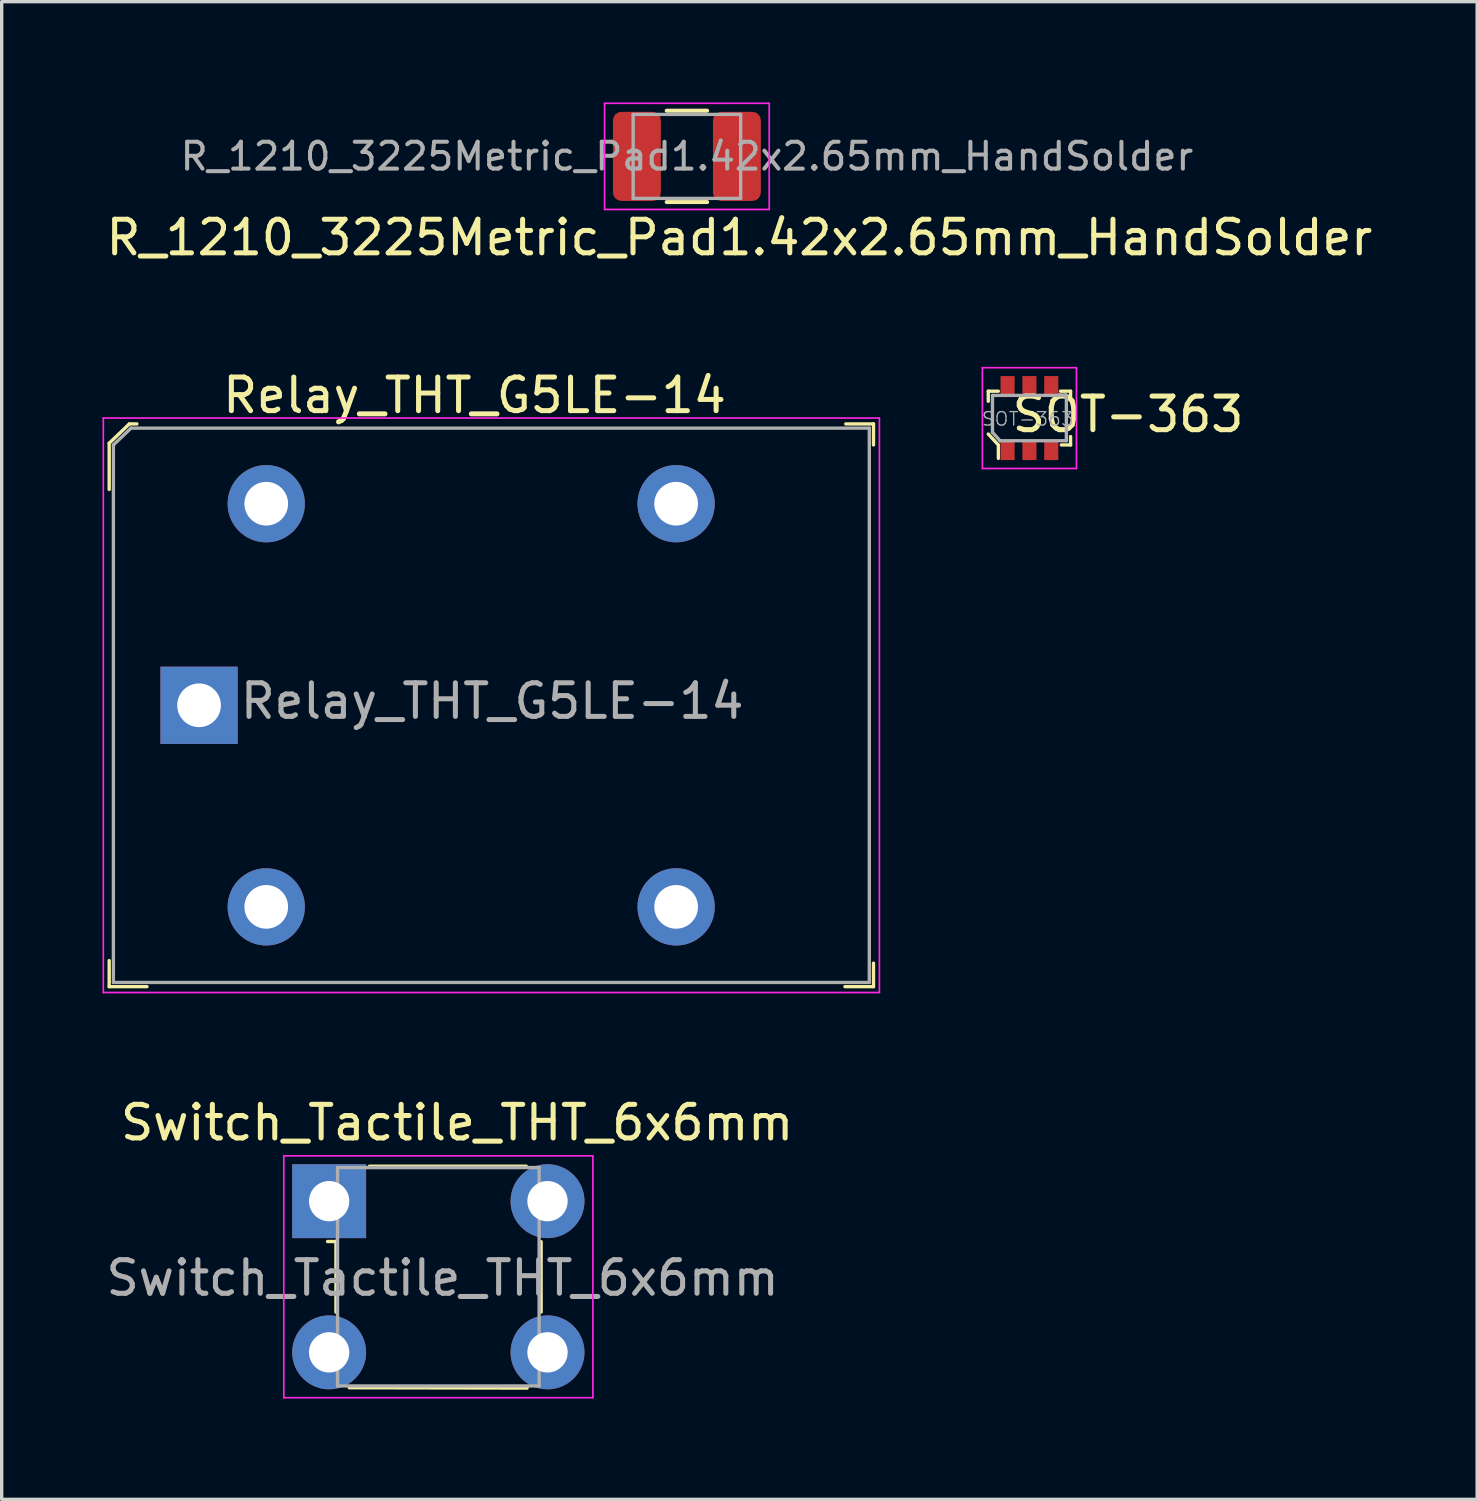
<source format=kicad_pcb>
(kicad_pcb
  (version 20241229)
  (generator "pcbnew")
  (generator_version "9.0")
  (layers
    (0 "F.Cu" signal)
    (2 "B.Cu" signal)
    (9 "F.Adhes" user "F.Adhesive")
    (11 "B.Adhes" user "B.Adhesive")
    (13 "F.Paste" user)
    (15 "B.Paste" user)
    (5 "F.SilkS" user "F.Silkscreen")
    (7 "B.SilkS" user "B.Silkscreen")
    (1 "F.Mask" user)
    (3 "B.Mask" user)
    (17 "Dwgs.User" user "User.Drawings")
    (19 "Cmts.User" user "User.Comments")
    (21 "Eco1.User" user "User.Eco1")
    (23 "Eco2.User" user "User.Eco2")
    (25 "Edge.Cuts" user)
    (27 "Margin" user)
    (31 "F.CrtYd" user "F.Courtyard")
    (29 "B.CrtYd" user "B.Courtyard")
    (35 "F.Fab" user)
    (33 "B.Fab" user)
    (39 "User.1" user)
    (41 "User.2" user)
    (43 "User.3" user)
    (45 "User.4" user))
  (footprint "Switch_Tactile_THT_6x6mm"
    (layer "F.Cu")
    (at 6.747 32.703)
    (property "Reference" "Switch_Tactile_THT_6x6mm" (at 3.81 -2.337 0) (layer "F.SilkS") (effects (font (size 1 1) (thickness 0.15))))
    (attr through_hole)
    (fp_line (start 0.203 1.194) (end 0.203 3.302) (stroke (width 0.1) (type solid)) (layer "F.SilkS"))
    (fp_line (start 0.203 1.2) (end -0.047 1.2) (stroke (width 0.1) (type solid)) (layer "F.SilkS"))
    (fp_line (start 1.2 -1.041) (end 5.867 -1.041) (stroke (width 0.1) (type solid)) (layer "F.SilkS"))
    (fp_line (start 5.893 5.563) (end 0.6 5.553) (stroke (width 0.1) (type solid)) (layer "F.SilkS"))
    (fp_line (start 6.309 1.205) (end 6.309 3.3) (stroke (width 0.1) (type solid)) (layer "F.SilkS"))
    (fp_line (start -1.35 -1.35) (end -1.35 5.85) (stroke (width 0.05) (type solid)) (layer "F.CrtYd"))
    (fp_line (start 7.85 -1.35) (end -1.35 -1.35) (stroke (width 0.05) (type solid)) (layer "F.CrtYd"))
    (fp_line (start 7.85 -1.35) (end 7.85 5.85) (stroke (width 0.05) (type solid)) (layer "F.CrtYd"))
    (fp_line (start 7.85 5.85) (end -1.35 5.85) (stroke (width 0.05) (type solid)) (layer "F.CrtYd"))
    (fp_line (start 0.25 -1) (end 0.25 5.5) (stroke (width 0.1) (type solid)) (layer "F.Fab"))
    (fp_line (start 0.25 -1) (end 6.25 -1) (stroke (width 0.1) (type solid)) (layer "F.Fab"))
    (fp_line (start 6.25 -1) (end 6.25 5.5) (stroke (width 0.1) (type solid)) (layer "F.Fab"))
    (fp_line (start 6.25 5.5) (end 0.25 5.5) (stroke (width 0.1) (type solid)) (layer "F.Fab"))
    (fp_text user "${REFERENCE}" (at 3.378 2.286 0) (layer "F.Fab") (effects (font (size 1 1) (thickness 0.15))))
    (pad "1" thru_hole rect (at 0 0) (size 2.2 2.2) (drill 1.2) (layers "*.Cu" "*.Mask"))
    (pad "2" thru_hole circle (at 6.5 0) (size 2.2 2.2) (drill 1.2) (layers "*.Cu" "*.Mask"))
    (pad "3" thru_hole circle (at 0 4.5) (size 2.2 2.2) (drill 1.2) (layers "*.Cu" "*.Mask"))
    (pad "4" thru_hole circle (at 6.5 4.5) (size 2.2 2.2) (drill 1.2) (layers "*.Cu" "*.Mask")))
  (footprint "R_1210_3225Metric_Pad1.42x2.65mm_HandSolder"
    (layer "F.Cu")
    (at 17.396 1.605)
    (property "Reference" "R_1210_3225Metric_Pad1.42x2.65mm_HandSolder" (at 1.562 2.416 0) (layer "F.SilkS") (effects (font (size 1 1) (thickness 0.15))))
    (attr smd)
    (fp_line (start -0.602 -1.36) (end 0.602 -1.36) (stroke (width 0.12) (type solid)) (layer "F.SilkS"))
    (fp_line (start -0.602 1.36) (end 0.602 1.36) (stroke (width 0.12) (type solid)) (layer "F.SilkS"))
    (fp_line (start -2.45 -1.58) (end 2.45 -1.58) (stroke (width 0.05) (type solid)) (layer "F.CrtYd"))
    (fp_line (start -2.45 1.58) (end -2.45 -1.58) (stroke (width 0.05) (type solid)) (layer "F.CrtYd"))
    (fp_line (start 2.45 -1.58) (end 2.45 1.58) (stroke (width 0.05) (type solid)) (layer "F.CrtYd"))
    (fp_line (start 2.45 1.58) (end -2.45 1.58) (stroke (width 0.05) (type solid)) (layer "F.CrtYd"))
    (fp_line (start -1.6 -1.25) (end 1.6 -1.25) (stroke (width 0.1) (type solid)) (layer "F.Fab"))
    (fp_line (start -1.6 1.25) (end -1.6 -1.25) (stroke (width 0.1) (type solid)) (layer "F.Fab"))
    (fp_line (start 1.6 -1.25) (end 1.6 1.25) (stroke (width 0.1) (type solid)) (layer "F.Fab"))
    (fp_line (start 1.6 1.25) (end -1.6 1.25) (stroke (width 0.1) (type solid)) (layer "F.Fab"))
    (fp_text user "${REFERENCE}" (at 0 0 0) (layer "F.Fab") (effects (font (size 0.8 0.8) (thickness 0.12))))
    (pad "1" smd roundrect (at -1.488 0) (size 1.425 2.65) (layers "F.Cu" "F.Mask" "F.Paste") (roundrect_rratio 0.175))
    (pad "2" smd roundrect (at 1.488 0) (size 1.425 2.65) (layers "F.Cu" "F.Mask" "F.Paste") (roundrect_rratio 0.175)))
  (footprint "Relay_THT_G5LE-14"
    (layer "F.Cu")
    (at 2.875 17.943)
    (property "Reference" "Relay_THT_G5LE-14" (at 8.2 -9.225 0) (layer "F.SilkS") (effects (font (size 1 1) (thickness 0.15))))
    (attr through_hole)
    (fp_line (start -2.675 -7.8) (end -2.675 -6.425) (stroke (width 0.1) (type solid)) (layer "F.SilkS"))
    (fp_line (start -2.675 8.375) (end -2.675 7.6) (stroke (width 0.1) (type solid)) (layer "F.SilkS"))
    (fp_line (start -2.075 -8.375) (end -2.675 -7.8) (stroke (width 0.1) (type solid)) (layer "F.SilkS"))
    (fp_line (start -1.85 -8.375) (end -2.075 -8.375) (stroke (width 0.1) (type solid)) (layer "F.SilkS"))
    (fp_line (start -1.55 8.375) (end -2.675 8.375) (stroke (width 0.1) (type solid)) (layer "F.SilkS"))
    (fp_line (start 19.25 -8.375) (end 20.075 -8.375) (stroke (width 0.1) (type solid)) (layer "F.SilkS"))
    (fp_line (start 20.075 -8.375) (end 20.075 -7.75) (stroke (width 0.1) (type solid)) (layer "F.SilkS"))
    (fp_line (start 20.075 7.675) (end 20.075 8.375) (stroke (width 0.1) (type solid)) (layer "F.SilkS"))
    (fp_line (start 20.075 8.375) (end 19.225 8.375) (stroke (width 0.1) (type solid)) (layer "F.SilkS"))
    (fp_line (start -2.85 -8.55) (end -2.85 8.55) (stroke (width 0.05) (type solid)) (layer "F.CrtYd"))
    (fp_line (start -2.85 -8.55) (end 20.25 -8.55) (stroke (width 0.05) (type solid)) (layer "F.CrtYd"))
    (fp_line (start 20.25 -8.55) (end 20.25 8.55) (stroke (width 0.05) (type solid)) (layer "F.CrtYd"))
    (fp_line (start 20.25 8.55) (end -2.85 8.55) (stroke (width 0.05) (type solid)) (layer "F.CrtYd"))
    (fp_line (start -2.55 -7.75) (end -2.55 8.25) (stroke (width 0.1) (type solid)) (layer "F.Fab"))
    (fp_line (start -2.55 8.25) (end 19.95 8.25) (stroke (width 0.1) (type solid)) (layer "F.Fab"))
    (fp_line (start -2.025 -8.25) (end -2.55 -7.75) (stroke (width 0.1) (type solid)) (layer "F.Fab"))
    (fp_line (start -2.025 -8.25) (end 19.95 -8.25) (stroke (width 0.1) (type solid)) (layer "F.Fab"))
    (fp_line (start 19.95 -8.25) (end 19.95 8.25) (stroke (width 0.1) (type solid)) (layer "F.Fab"))
    (fp_text user "${REFERENCE}" (at 8.725 -0.125 0) (layer "F.Fab") (effects (font (size 1 1) (thickness 0.15))))
    (pad "1" thru_hole rect (at 0 0) (size 2.3 2.3) (drill 1.3) (layers "*.Cu" "*.Mask"))
    (pad "2" thru_hole circle (at 2 6) (size 2.3 2.3) (drill 1.3) (layers "*.Cu" "*.Mask"))
    (pad "3" thru_hole circle (at 14.2 6) (size 2.3 2.3) (drill 1.3) (layers "*.Cu" "*.Mask"))
    (pad "4" thru_hole circle (at 14.2 -6) (size 2.3 2.3) (drill 1.3) (layers "*.Cu" "*.Mask"))
    (pad "5" thru_hole circle (at 2 -6) (size 2.3 2.3) (drill 1.3) (layers "*.Cu" "*.Mask")))
  (footprint "SOT-363"
    (layer "F.Cu")
    (at 27.591 9.394)
    (property "Reference" "SOT-363" (at 2.936 -0.11 0) (layer "F.SilkS") (effects (font (size 1 1) (thickness 0.15))))
    (attr through_hole)
    (fp_line (start -1.225 -0.8) (end -1.225 -0.5) (stroke (width 0.1) (type solid)) (layer "F.SilkS"))
    (fp_line (start -1.225 0.475) (end -0.925 0.8) (stroke (width 0.1) (type solid)) (layer "F.SilkS"))
    (fp_line (start -0.925 -0.8) (end -1.225 -0.8) (stroke (width 0.1) (type solid)) (layer "F.SilkS"))
    (fp_line (start -0.925 0.8) (end -0.925 1.2) (stroke (width 0.1) (type solid)) (layer "F.SilkS"))
    (fp_line (start 0.925 -0.8) (end 1.225 -0.8) (stroke (width 0.1) (type solid)) (layer "F.SilkS"))
    (fp_line (start 0.95 0.8) (end 1.225 0.8) (stroke (width 0.1) (type solid)) (layer "F.SilkS"))
    (fp_line (start 1.225 -0.8) (end 1.225 -0.575) (stroke (width 0.1) (type solid)) (layer "F.SilkS"))
    (fp_line (start 1.225 0.8) (end 1.225 0.55) (stroke (width 0.1) (type solid)) (layer "F.SilkS"))
    (fp_line (start -1.4 -1.5) (end 1.4 -1.5) (stroke (width 0.05) (type solid)) (layer "F.CrtYd"))
    (fp_line (start -1.4 1.5) (end -1.4 -1.5) (stroke (width 0.05) (type solid)) (layer "F.CrtYd"))
    (fp_line (start 1.4 -1.5) (end 1.4 1.5) (stroke (width 0.05) (type solid)) (layer "F.CrtYd"))
    (fp_line (start 1.4 1.5) (end -1.4 1.5) (stroke (width 0.05) (type solid)) (layer "F.CrtYd"))
    (fp_line (start -1.1 -0.675) (end 1.1 -0.675) (stroke (width 0.1) (type solid)) (layer "F.Fab"))
    (fp_line (start -1.1 0.425) (end -1.1 -0.675) (stroke (width 0.1) (type solid)) (layer "F.Fab"))
    (fp_line (start -1.1 0.425) (end -0.875 0.675) (stroke (width 0.1) (type solid)) (layer "F.Fab"))
    (fp_line (start -0.875 0.675) (end 1.1 0.675) (stroke (width 0.1) (type solid)) (layer "F.Fab"))
    (fp_line (start 1.1 -0.675) (end 1.1 0.675) (stroke (width 0.1) (type solid)) (layer "F.Fab"))
    (fp_text user "${REFERENCE}" (at -0.05 0.025 0) (layer "F.Fab") (effects (font (size 0.4 0.4) (thickness 0.04))))
    (pad "1" smd rect (at -0.65 0.95) (size 0.42 0.6) (layers "F.Cu" "F.Mask" "F.Paste"))
    (pad "2" smd rect (at 0 0.95) (size 0.42 0.6) (layers "F.Cu" "F.Mask" "F.Paste"))
    (pad "3" smd rect (at 0.65 0.95) (size 0.42 0.6) (layers "F.Cu" "F.Mask" "F.Paste"))
    (pad "4" smd rect (at 0.65 -0.95) (size 0.42 0.6) (layers "F.Cu" "F.Mask" "F.Paste"))
    (pad "5" smd rect (at 0 -0.95) (size 0.42 0.6) (layers "F.Cu" "F.Mask" "F.Paste"))
    (pad "6" smd rect (at -0.65 -0.95) (size 0.42 0.6) (layers "F.Cu" "F.Mask" "F.Paste")))
  (gr_rect
    (start -3 -3)
    (end 40.917 41.578)
    (stroke (width 0.1) (type default))
    (fill no)
    (layer "Edge.Cuts")))
</source>
